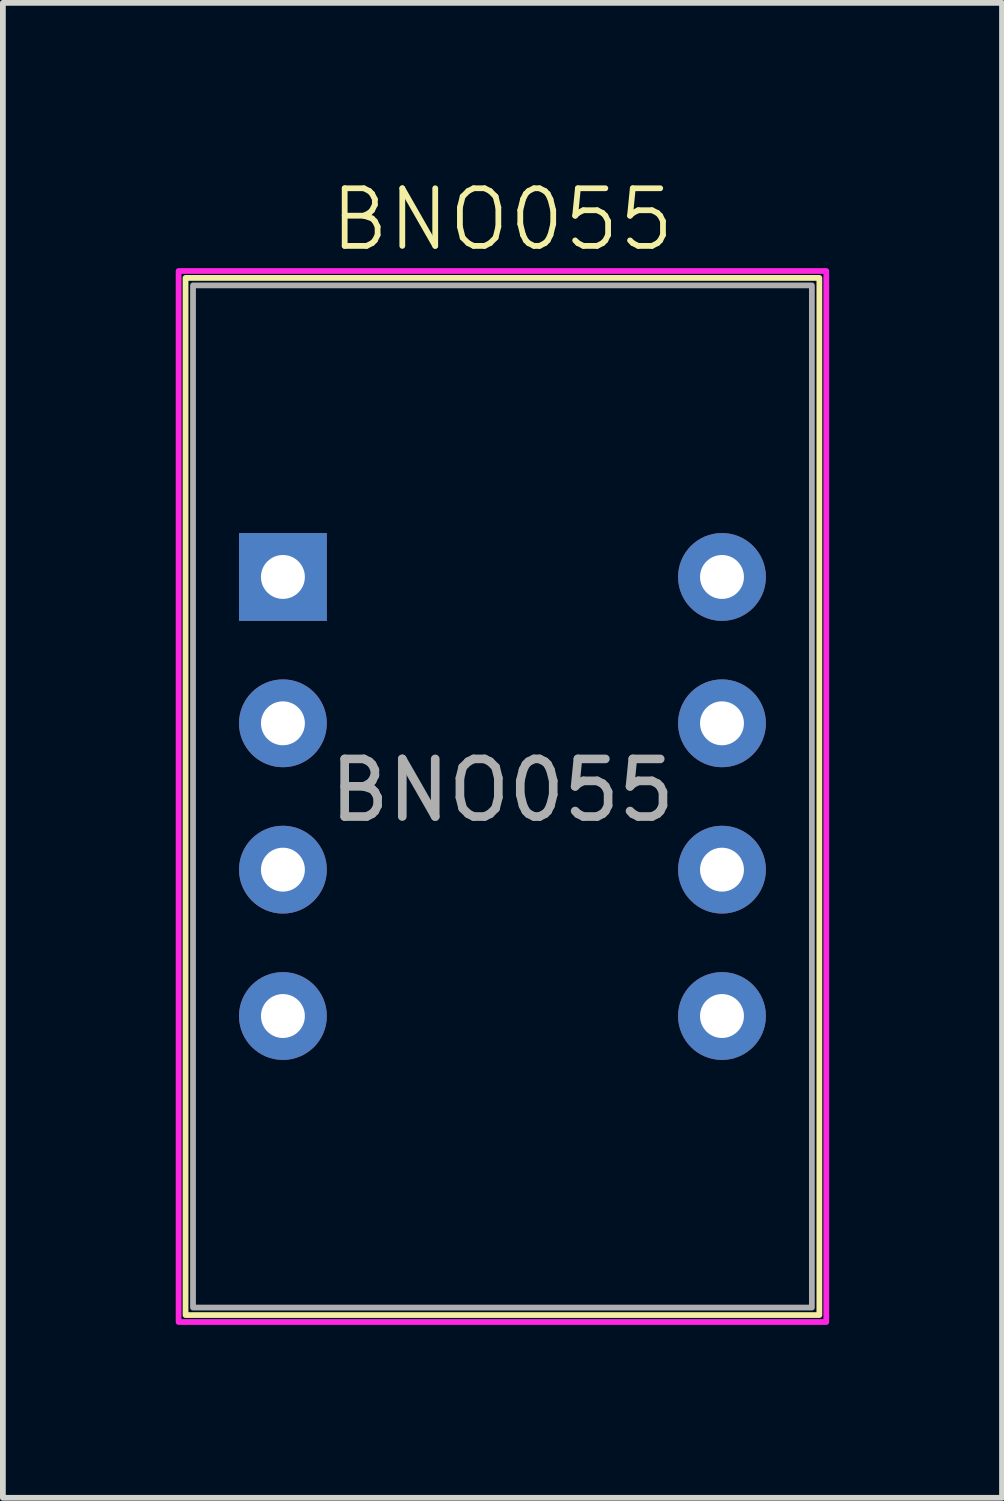
<source format=kicad_pcb>
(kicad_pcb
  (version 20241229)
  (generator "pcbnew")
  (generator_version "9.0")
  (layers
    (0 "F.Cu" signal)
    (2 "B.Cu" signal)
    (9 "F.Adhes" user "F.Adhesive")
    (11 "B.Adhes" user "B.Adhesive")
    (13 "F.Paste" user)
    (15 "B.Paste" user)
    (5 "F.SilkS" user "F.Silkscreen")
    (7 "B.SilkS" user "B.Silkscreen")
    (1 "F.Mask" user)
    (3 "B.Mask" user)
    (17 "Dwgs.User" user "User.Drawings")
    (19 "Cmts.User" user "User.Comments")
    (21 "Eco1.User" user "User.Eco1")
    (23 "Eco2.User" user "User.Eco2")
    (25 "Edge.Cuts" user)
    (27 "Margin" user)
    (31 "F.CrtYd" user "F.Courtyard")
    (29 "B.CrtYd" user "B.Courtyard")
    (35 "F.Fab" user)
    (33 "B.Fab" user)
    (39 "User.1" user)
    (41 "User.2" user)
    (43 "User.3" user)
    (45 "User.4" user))
  (footprint "BNO055"
    (layer "F.Cu")
    (at 5.67 1.903)
    (property "Reference" "BNO055" (at 0 -1.143 0) (unlocked yes) (layer "F.SilkS") (effects (font (size 1 1) (thickness 0.1))))
    (attr through_hole)
    (fp_rect (start -5.5 -0.13) (end 5.5 17.87) (stroke (width 0.1) (type default)) (fill no) (layer "F.SilkS"))
    (fp_rect (start -5.62 -0.25) (end 5.62 17.99) (stroke (width 0.1) (type default)) (fill no) (layer "F.CrtYd"))
    (fp_rect (start -5.37 0) (end 5.37 17.74) (stroke (width 0.1) (type default)) (fill no) (layer "F.Fab"))
    (fp_text user "${REFERENCE}" (at 0 8.763 0) (unlocked yes) (layer "F.Fab") (effects (font (size 1 1) (thickness 0.15))))
    (pad "1" thru_hole rect (at -3.81 5.06) (size 1.524 1.524) (drill oval 0.762) (layers "*.Cu" "*.Mask"))
    (pad "2" thru_hole circle (at -3.81 7.6) (size 1.524 1.524) (drill 0.762) (layers "*.Cu" "*.Mask"))
    (pad "3" thru_hole circle (at -3.81 10.14) (size 1.524 1.524) (drill 0.762) (layers "*.Cu" "*.Mask"))
    (pad "4" thru_hole circle (at -3.81 12.68) (size 1.524 1.524) (drill 0.762) (layers "*.Cu" "*.Mask"))
    (pad "5" thru_hole circle (at 3.81 12.68) (size 1.524 1.524) (drill 0.762) (layers "*.Cu" "*.Mask"))
    (pad "6" thru_hole circle (at 3.81 10.14) (size 1.524 1.524) (drill 0.762) (layers "*.Cu" "*.Mask"))
    (pad "7" thru_hole circle (at 3.81 7.6) (size 1.524 1.524) (drill 0.762) (layers "*.Cu" "*.Mask"))
    (pad "8" thru_hole circle (at 3.81 5.06) (size 1.524 1.524) (drill 0.762) (layers "*.Cu" "*.Mask")))
  (gr_rect
    (start -3 -3)
    (end 14.34 22.944)
    (stroke (width 0.1) (type default))
    (fill no)
    (layer "Edge.Cuts")))
</source>
